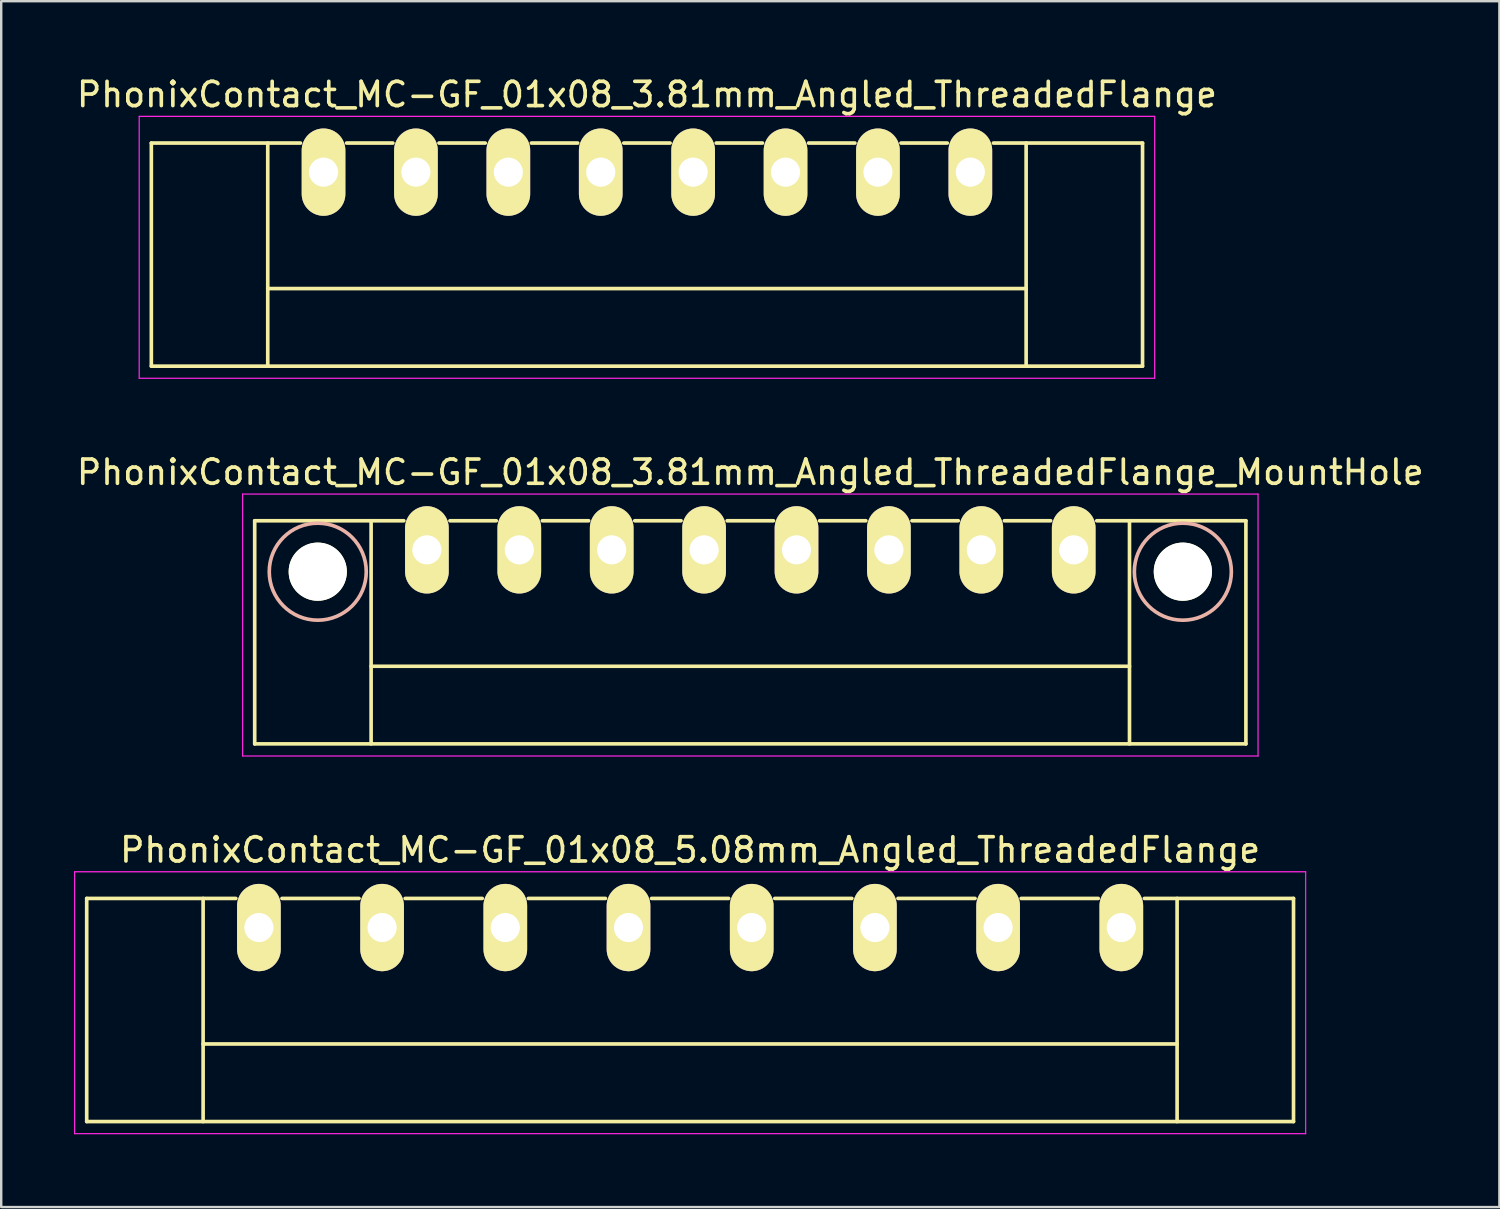
<source format=kicad_pcb>
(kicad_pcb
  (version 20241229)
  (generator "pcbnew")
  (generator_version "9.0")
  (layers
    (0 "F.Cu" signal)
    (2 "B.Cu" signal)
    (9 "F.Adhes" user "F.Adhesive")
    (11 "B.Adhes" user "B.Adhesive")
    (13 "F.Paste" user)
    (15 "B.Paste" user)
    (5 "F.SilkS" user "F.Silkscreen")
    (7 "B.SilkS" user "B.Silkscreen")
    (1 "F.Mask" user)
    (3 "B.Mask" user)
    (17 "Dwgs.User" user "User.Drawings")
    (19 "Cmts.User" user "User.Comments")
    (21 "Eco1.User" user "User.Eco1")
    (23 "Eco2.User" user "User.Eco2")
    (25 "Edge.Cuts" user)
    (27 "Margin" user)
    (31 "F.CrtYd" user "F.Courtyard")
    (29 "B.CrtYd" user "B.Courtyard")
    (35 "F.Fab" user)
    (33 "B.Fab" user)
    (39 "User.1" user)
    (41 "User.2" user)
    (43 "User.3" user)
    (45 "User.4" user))
  (footprint "PhonixContact_MC-GF_01x08_5.08mm_Angled_ThreadedFlange"
    (layer "F.Cu")
    (at 7.625 35.195)
    (property "Reference" "PhonixContact_MC-GF_01x08_5.08mm_Angled_ThreadedFlange" (at 17.78 -3.2 0) (layer "F.SilkS") (effects (font (size 1 1) (thickness 0.15))))
    (attr through_hole)
    (fp_line (start -7.1 -1.2) (end -7.1 8) (stroke (width 0.15) (type solid)) (layer "F.SilkS"))
    (fp_line (start -7.1 -1.2) (end -0.95 -1.2) (stroke (width 0.15) (type solid)) (layer "F.SilkS"))
    (fp_line (start -7.1 8) (end 42.66 8) (stroke (width 0.15) (type solid)) (layer "F.SilkS"))
    (fp_line (start -2.3 -1.2) (end -2.3 8) (stroke (width 0.15) (type solid)) (layer "F.SilkS"))
    (fp_line (start -2.3 4.8) (end 37.86 4.8) (stroke (width 0.15) (type solid)) (layer "F.SilkS"))
    (fp_line (start 0.95 -1.2) (end 4.13 -1.2) (stroke (width 0.15) (type solid)) (layer "F.SilkS"))
    (fp_line (start 6.03 -1.2) (end 9.21 -1.2) (stroke (width 0.15) (type solid)) (layer "F.SilkS"))
    (fp_line (start 11.11 -1.2) (end 14.29 -1.2) (stroke (width 0.15) (type solid)) (layer "F.SilkS"))
    (fp_line (start 16.19 -1.2) (end 19.37 -1.2) (stroke (width 0.15) (type solid)) (layer "F.SilkS"))
    (fp_line (start 21.27 -1.2) (end 24.45 -1.2) (stroke (width 0.15) (type solid)) (layer "F.SilkS"))
    (fp_line (start 26.35 -1.2) (end 29.53 -1.2) (stroke (width 0.15) (type solid)) (layer "F.SilkS"))
    (fp_line (start 31.43 -1.2) (end 34.61 -1.2) (stroke (width 0.15) (type solid)) (layer "F.SilkS"))
    (fp_line (start 37.86 -1.2) (end 37.86 8) (stroke (width 0.15) (type solid)) (layer "F.SilkS"))
    (fp_line (start 42.66 -1.2) (end 36.51 -1.2) (stroke (width 0.15) (type solid)) (layer "F.SilkS"))
    (fp_line (start 42.66 8) (end 42.66 -1.2) (stroke (width 0.15) (type solid)) (layer "F.SilkS"))
    (fp_line (start -7.6 -2.3) (end -7.6 8.5) (stroke (width 0.05) (type solid)) (layer "F.CrtYd"))
    (fp_line (start -7.6 8.5) (end 43.16 8.5) (stroke (width 0.05) (type solid)) (layer "F.CrtYd"))
    (fp_line (start 43.16 -2.3) (end -7.6 -2.3) (stroke (width 0.05) (type solid)) (layer "F.CrtYd"))
    (fp_line (start 43.16 8.5) (end 43.16 -2.3) (stroke (width 0.05) (type solid)) (layer "F.CrtYd"))
    (pad "1" thru_hole oval (at 0 0) (size 1.8 3.6) (drill 1.2) (layers "*.Cu" "*.Mask" "F.SilkS"))
    (pad "2" thru_hole oval (at 5.08 0) (size 1.8 3.6) (drill 1.2) (layers "*.Cu" "*.Mask" "F.SilkS"))
    (pad "3" thru_hole oval (at 10.16 0) (size 1.8 3.6) (drill 1.2) (layers "*.Cu" "*.Mask" "F.SilkS"))
    (pad "4" thru_hole oval (at 15.24 0) (size 1.8 3.6) (drill 1.2) (layers "*.Cu" "*.Mask" "F.SilkS"))
    (pad "5" thru_hole oval (at 20.32 0) (size 1.8 3.6) (drill 1.2) (layers "*.Cu" "*.Mask" "F.SilkS"))
    (pad "6" thru_hole oval (at 25.4 0) (size 1.8 3.6) (drill 1.2) (layers "*.Cu" "*.Mask" "F.SilkS"))
    (pad "7" thru_hole oval (at 30.48 0) (size 1.8 3.6) (drill 1.2) (layers "*.Cu" "*.Mask" "F.SilkS"))
    (pad "8" thru_hole oval (at 35.56 0) (size 1.8 3.6) (drill 1.2) (layers "*.Cu" "*.Mask" "F.SilkS")))
  (footprint "PhonixContact_MC-GF_01x08_3.81mm_Angled_ThreadedFlange"
    (layer "F.Cu")
    (at 10.29 4.048)
    (property "Reference" "PhonixContact_MC-GF_01x08_3.81mm_Angled_ThreadedFlange" (at 13.335 -3.2 0) (layer "F.SilkS") (effects (font (size 1 1) (thickness 0.15))))
    (attr through_hole)
    (fp_line (start -7.1 -1.2) (end -7.1 8) (stroke (width 0.15) (type solid)) (layer "F.SilkS"))
    (fp_line (start -7.1 -1.2) (end -0.95 -1.2) (stroke (width 0.15) (type solid)) (layer "F.SilkS"))
    (fp_line (start -7.1 8) (end 33.77 8) (stroke (width 0.15) (type solid)) (layer "F.SilkS"))
    (fp_line (start -2.3 -1.2) (end -2.3 8) (stroke (width 0.15) (type solid)) (layer "F.SilkS"))
    (fp_line (start -2.3 4.8) (end 28.97 4.8) (stroke (width 0.15) (type solid)) (layer "F.SilkS"))
    (fp_line (start 0.95 -1.2) (end 2.86 -1.2) (stroke (width 0.15) (type solid)) (layer "F.SilkS"))
    (fp_line (start 4.76 -1.2) (end 6.67 -1.2) (stroke (width 0.15) (type solid)) (layer "F.SilkS"))
    (fp_line (start 8.57 -1.2) (end 10.48 -1.2) (stroke (width 0.15) (type solid)) (layer "F.SilkS"))
    (fp_line (start 12.38 -1.2) (end 14.29 -1.2) (stroke (width 0.15) (type solid)) (layer "F.SilkS"))
    (fp_line (start 16.19 -1.2) (end 18.1 -1.2) (stroke (width 0.15) (type solid)) (layer "F.SilkS"))
    (fp_line (start 20 -1.2) (end 21.91 -1.2) (stroke (width 0.15) (type solid)) (layer "F.SilkS"))
    (fp_line (start 23.81 -1.2) (end 25.72 -1.2) (stroke (width 0.15) (type solid)) (layer "F.SilkS"))
    (fp_line (start 28.97 -1.2) (end 28.97 8) (stroke (width 0.15) (type solid)) (layer "F.SilkS"))
    (fp_line (start 33.77 -1.2) (end 27.62 -1.2) (stroke (width 0.15) (type solid)) (layer "F.SilkS"))
    (fp_line (start 33.77 8) (end 33.77 -1.2) (stroke (width 0.15) (type solid)) (layer "F.SilkS"))
    (fp_line (start -7.6 -2.3) (end -7.6 8.5) (stroke (width 0.05) (type solid)) (layer "F.CrtYd"))
    (fp_line (start -7.6 8.5) (end 34.27 8.5) (stroke (width 0.05) (type solid)) (layer "F.CrtYd"))
    (fp_line (start 34.27 -2.3) (end -7.6 -2.3) (stroke (width 0.05) (type solid)) (layer "F.CrtYd"))
    (fp_line (start 34.27 8.5) (end 34.27 -2.3) (stroke (width 0.05) (type solid)) (layer "F.CrtYd"))
    (pad "1" thru_hole oval (at 0 0) (size 1.8 3.6) (drill 1.2) (layers "*.Cu" "*.Mask" "F.SilkS"))
    (pad "2" thru_hole oval (at 3.81 0) (size 1.8 3.6) (drill 1.2) (layers "*.Cu" "*.Mask" "F.SilkS"))
    (pad "3" thru_hole oval (at 7.62 0) (size 1.8 3.6) (drill 1.2) (layers "*.Cu" "*.Mask" "F.SilkS"))
    (pad "4" thru_hole oval (at 11.43 0) (size 1.8 3.6) (drill 1.2) (layers "*.Cu" "*.Mask" "F.SilkS"))
    (pad "5" thru_hole oval (at 15.24 0) (size 1.8 3.6) (drill 1.2) (layers "*.Cu" "*.Mask" "F.SilkS"))
    (pad "6" thru_hole oval (at 19.05 0) (size 1.8 3.6) (drill 1.2) (layers "*.Cu" "*.Mask" "F.SilkS"))
    (pad "7" thru_hole oval (at 22.86 0) (size 1.8 3.6) (drill 1.2) (layers "*.Cu" "*.Mask" "F.SilkS"))
    (pad "8" thru_hole oval (at 26.67 0) (size 1.8 3.6) (drill 1.2) (layers "*.Cu" "*.Mask" "F.SilkS")))
  (footprint "PhonixContact_MC-GF_01x08_3.81mm_Angled_ThreadedFlange_MountHole"
    (layer "F.Cu")
    (at 14.552 19.622)
    (property "Reference" "PhonixContact_MC-GF_01x08_3.81mm_Angled_ThreadedFlange_MountHole" (at 13.335 -3.2 0) (layer "F.SilkS") (effects (font (size 1 1) (thickness 0.15))))
    (attr through_hole)
    (fp_line (start -7.1 -1.2) (end -7.1 8) (stroke (width 0.15) (type solid)) (layer "F.SilkS"))
    (fp_line (start -7.1 -1.2) (end -0.95 -1.2) (stroke (width 0.15) (type solid)) (layer "F.SilkS"))
    (fp_line (start -7.1 8) (end 33.77 8) (stroke (width 0.15) (type solid)) (layer "F.SilkS"))
    (fp_line (start -2.3 -1.2) (end -2.3 8) (stroke (width 0.15) (type solid)) (layer "F.SilkS"))
    (fp_line (start -2.3 4.8) (end 28.97 4.8) (stroke (width 0.15) (type solid)) (layer "F.SilkS"))
    (fp_line (start 0.95 -1.2) (end 2.86 -1.2) (stroke (width 0.15) (type solid)) (layer "F.SilkS"))
    (fp_line (start 4.76 -1.2) (end 6.67 -1.2) (stroke (width 0.15) (type solid)) (layer "F.SilkS"))
    (fp_line (start 8.57 -1.2) (end 10.48 -1.2) (stroke (width 0.15) (type solid)) (layer "F.SilkS"))
    (fp_line (start 12.38 -1.2) (end 14.29 -1.2) (stroke (width 0.15) (type solid)) (layer "F.SilkS"))
    (fp_line (start 16.19 -1.2) (end 18.1 -1.2) (stroke (width 0.15) (type solid)) (layer "F.SilkS"))
    (fp_line (start 20 -1.2) (end 21.91 -1.2) (stroke (width 0.15) (type solid)) (layer "F.SilkS"))
    (fp_line (start 23.81 -1.2) (end 25.72 -1.2) (stroke (width 0.15) (type solid)) (layer "F.SilkS"))
    (fp_line (start 28.97 -1.2) (end 28.97 8) (stroke (width 0.15) (type solid)) (layer "F.SilkS"))
    (fp_line (start 33.77 -1.2) (end 27.62 -1.2) (stroke (width 0.15) (type solid)) (layer "F.SilkS"))
    (fp_line (start 33.77 8) (end 33.77 -1.2) (stroke (width 0.15) (type solid)) (layer "F.SilkS"))
    (fp_circle (center -4.5 0.9) (end -2.5 0.9) (stroke (width 0.15) (type solid)) (fill no) (layer "B.SilkS"))
    (fp_circle (center 31.17 0.9) (end 33.17 0.9) (stroke (width 0.15) (type solid)) (fill no) (layer "B.SilkS"))
    (fp_line (start -7.6 -2.3) (end -7.6 8.5) (stroke (width 0.05) (type solid)) (layer "F.CrtYd"))
    (fp_line (start -7.6 8.5) (end 34.27 8.5) (stroke (width 0.05) (type solid)) (layer "F.CrtYd"))
    (fp_line (start 34.27 -2.3) (end -7.6 -2.3) (stroke (width 0.05) (type solid)) (layer "F.CrtYd"))
    (fp_line (start 34.27 8.5) (end 34.27 -2.3) (stroke (width 0.05) (type solid)) (layer "F.CrtYd"))
    (pad "" np_thru_hole circle (at -4.5 0.9) (size 2.4 2.4) (drill 2.4) (layers "*.Cu" "*.Mask" "F.SilkS"))
    (pad "" np_thru_hole circle (at 31.17 0.9) (size 2.4 2.4) (drill 2.4) (layers "*.Cu" "*.Mask" "F.SilkS"))
    (pad "1" thru_hole oval (at 0 0) (size 1.8 3.6) (drill 1.2) (layers "*.Cu" "*.Mask" "F.SilkS"))
    (pad "2" thru_hole oval (at 3.81 0) (size 1.8 3.6) (drill 1.2) (layers "*.Cu" "*.Mask" "F.SilkS"))
    (pad "3" thru_hole oval (at 7.62 0) (size 1.8 3.6) (drill 1.2) (layers "*.Cu" "*.Mask" "F.SilkS"))
    (pad "4" thru_hole oval (at 11.43 0) (size 1.8 3.6) (drill 1.2) (layers "*.Cu" "*.Mask" "F.SilkS"))
    (pad "5" thru_hole oval (at 15.24 0) (size 1.8 3.6) (drill 1.2) (layers "*.Cu" "*.Mask" "F.SilkS"))
    (pad "6" thru_hole oval (at 19.05 0) (size 1.8 3.6) (drill 1.2) (layers "*.Cu" "*.Mask" "F.SilkS"))
    (pad "7" thru_hole oval (at 22.86 0) (size 1.8 3.6) (drill 1.2) (layers "*.Cu" "*.Mask" "F.SilkS"))
    (pad "8" thru_hole oval (at 26.67 0) (size 1.8 3.6) (drill 1.2) (layers "*.Cu" "*.Mask" "F.SilkS")))
  (gr_rect
    (start -3 -3)
    (end 58.774 46.72)
    (stroke (width 0.1) (type default))
    (fill no)
    (layer "Edge.Cuts")))
</source>
